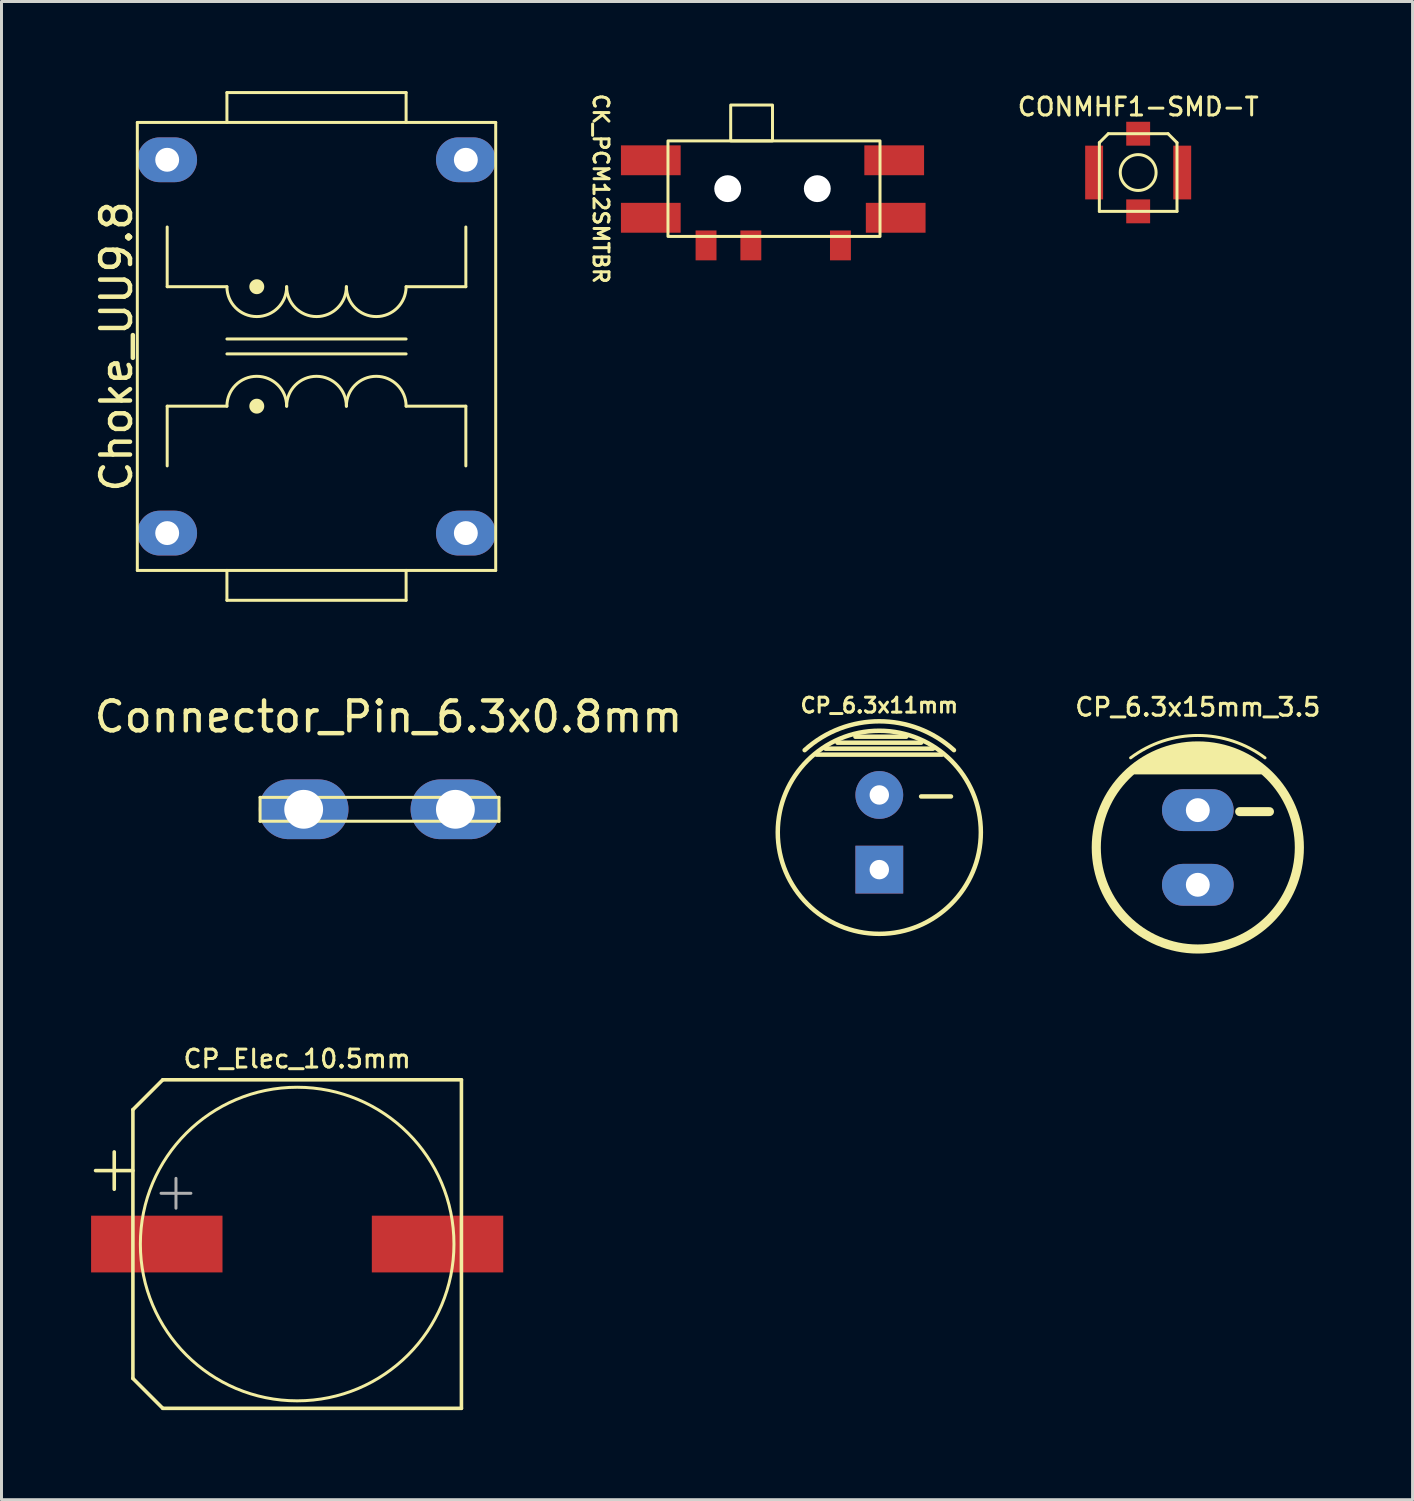
<source format=kicad_pcb>
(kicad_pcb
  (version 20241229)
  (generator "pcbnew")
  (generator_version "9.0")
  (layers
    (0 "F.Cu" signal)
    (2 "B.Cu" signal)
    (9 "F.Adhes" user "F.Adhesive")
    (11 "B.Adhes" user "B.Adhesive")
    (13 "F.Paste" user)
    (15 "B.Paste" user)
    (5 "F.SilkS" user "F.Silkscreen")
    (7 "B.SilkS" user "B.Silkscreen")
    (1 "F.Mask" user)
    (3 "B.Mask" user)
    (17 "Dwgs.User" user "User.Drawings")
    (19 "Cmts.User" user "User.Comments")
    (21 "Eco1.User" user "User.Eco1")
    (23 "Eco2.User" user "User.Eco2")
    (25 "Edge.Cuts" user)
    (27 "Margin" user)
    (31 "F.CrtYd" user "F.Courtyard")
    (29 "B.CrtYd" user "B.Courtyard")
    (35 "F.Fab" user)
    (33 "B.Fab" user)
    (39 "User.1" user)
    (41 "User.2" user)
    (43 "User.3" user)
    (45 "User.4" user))
  (footprint "Connector_Pin_6.3x0.8mm"
    (layer "F.Cu")
    (at 9.658 24.048)
    (property "Reference" "Connector_Pin_6.3x0.8mm" (at 0.3 -3.1 0) (unlocked yes) (layer "F.SilkS") (effects (font (size 1 1) (thickness 0.15))))
    (attr through_hole)
    (fp_line (start -4 -0.4) (end -4 0.4) (stroke (width 0.1) (type solid)) (layer "F.SilkS"))
    (fp_line (start 4 -0.4) (end -4 -0.4) (stroke (width 0.1) (type solid)) (layer "F.SilkS"))
    (fp_line (start 4 -0.4) (end 4 0.4) (stroke (width 0.1) (type solid)) (layer "F.SilkS"))
    (fp_line (start 4 0.4) (end -4 0.4) (stroke (width 0.1) (type solid)) (layer "F.SilkS"))
    (pad "1" thru_hole oval (at -2.54 0) (size 3 2) (drill 1.3) (layers "*.Cu" "*.Mask"))
    (pad "1" thru_hole oval (at 2.54 0) (size 3 2) (drill 1.3) (layers "*.Cu" "*.Mask")))
  (footprint "Choke_UU9.8"
    (layer "F.Cu")
    (at 7.548 8.55)
    (property "Reference" "Choke_UU9.8" (at -6.7 0 90) (layer "F.SilkS") (effects (font (size 1 1) (thickness 0.15))))
    (attr through_hole)
    (fp_line (start -6 -7.5) (end -6 7.5) (stroke (width 0.1) (type solid)) (layer "F.SilkS"))
    (fp_line (start -6 -7.5) (end 6 -7.5) (stroke (width 0.1) (type solid)) (layer "F.SilkS"))
    (fp_line (start -6 7.5) (end 6 7.5) (stroke (width 0.1) (type solid)) (layer "F.SilkS"))
    (fp_line (start -5 -2) (end -5 -4) (stroke (width 0.1) (type solid)) (layer "F.SilkS"))
    (fp_line (start -5 2) (end -5 4) (stroke (width 0.1) (type solid)) (layer "F.SilkS"))
    (fp_line (start -3 -8.5) (end 3 -8.5) (stroke (width 0.1) (type solid)) (layer "F.SilkS"))
    (fp_line (start -3 -7.5) (end -3 -8.5) (stroke (width 0.1) (type solid)) (layer "F.SilkS"))
    (fp_line (start -3 -2) (end -5 -2) (stroke (width 0.1) (type solid)) (layer "F.SilkS"))
    (fp_line (start -3 -0.25) (end 3 -0.25) (stroke (width 0.1) (type solid)) (layer "F.SilkS"))
    (fp_line (start -3 0.25) (end 3 0.25) (stroke (width 0.1) (type solid)) (layer "F.SilkS"))
    (fp_line (start -3 2) (end -5 2) (stroke (width 0.1) (type solid)) (layer "F.SilkS"))
    (fp_line (start -3 7.5) (end -3 8.5) (stroke (width 0.1) (type solid)) (layer "F.SilkS"))
    (fp_line (start -3 8.5) (end 3 8.5) (stroke (width 0.1) (type solid)) (layer "F.SilkS"))
    (fp_line (start 3 -8.5) (end 3 -7.5) (stroke (width 0.1) (type solid)) (layer "F.SilkS"))
    (fp_line (start 3 -2) (end 5 -2) (stroke (width 0.1) (type solid)) (layer "F.SilkS"))
    (fp_line (start 3 2) (end 5 2) (stroke (width 0.1) (type solid)) (layer "F.SilkS"))
    (fp_line (start 3 8.5) (end 3 7.5) (stroke (width 0.1) (type solid)) (layer "F.SilkS"))
    (fp_line (start 5 -2) (end 5 -4) (stroke (width 0.1) (type solid)) (layer "F.SilkS"))
    (fp_line (start 5 2) (end 5 4) (stroke (width 0.1) (type solid)) (layer "F.SilkS"))
    (fp_line (start 6 7.5) (end 6 -7.5) (stroke (width 0.1) (type solid)) (layer "F.SilkS"))
    (fp_arc (start -3 2) (mid -2 1) (end -1 2) (stroke (width 0.1) (type solid)) (layer "F.SilkS"))
    (fp_arc (start -1 -2) (mid -2 -1) (end -3 -2) (stroke (width 0.1) (type solid)) (layer "F.SilkS"))
    (fp_arc (start -1 2) (mid 0 1) (end 1 2) (stroke (width 0.1) (type solid)) (layer "F.SilkS"))
    (fp_arc (start 1 -2) (mid 0 -1) (end -1 -2) (stroke (width 0.1) (type solid)) (layer "F.SilkS"))
    (fp_arc (start 1 2) (mid 2 1) (end 3 2) (stroke (width 0.1) (type solid)) (layer "F.SilkS"))
    (fp_arc (start 3 -2) (mid 2 -1) (end 1 -2) (stroke (width 0.1) (type solid)) (layer "F.SilkS"))
    (fp_circle (center -2 -2) (end -1.8 -2) (stroke (width 0.1) (type solid)) (fill yes) (layer "F.SilkS"))
    (fp_circle (center -2 2) (end -1.8 2) (stroke (width 0.1) (type solid)) (fill yes) (layer "F.SilkS"))
    (pad "1" thru_hole oval (at -5 6.25) (size 2 1.5) (drill 0.8) (layers "*.Cu" "*.Mask"))
    (pad "2" thru_hole oval (at 5 6.25) (size 2 1.5) (drill 0.8) (layers "*.Cu" "*.Mask"))
    (pad "3" thru_hole oval (at 5 -6.25) (size 2 1.5) (drill 0.8) (layers "*.Cu" "*.Mask"))
    (pad "4" thru_hole oval (at -5 -6.25) (size 2 1.5) (drill 0.8) (layers "*.Cu" "*.Mask")))
  (footprint "CP_6.3x15mm_3.5"
    (layer "F.Cu")
    (at 37.057 25.326)
    (property "Reference" "CP_6.3x15mm_3.5" (at 0 -4.7 180) (layer "F.SilkS") (effects (font (size 0.6 0.6) (thickness 0.1))))
    (attr through_hole)
    (fp_line (start -2.1 -2.6) (end 2.1 -2.6) (stroke (width 0.305) (type solid)) (layer "F.SilkS"))
    (fp_line (start -1.8 -2.8) (end 1.8 -2.8) (stroke (width 0.305) (type solid)) (layer "F.SilkS"))
    (fp_line (start -1.4 -3) (end 1.4 -3) (stroke (width 0.305) (type solid)) (layer "F.SilkS"))
    (fp_line (start -0.8 -3.2) (end 0.9 -3.2) (stroke (width 0.305) (type solid)) (layer "F.SilkS"))
    (fp_line (start 1.4 -1.2) (end 2.4 -1.2) (stroke (width 0.3) (type solid)) (layer "F.SilkS"))
    (fp_arc (start -2.25 -3) (mid 0 -3.75) (end 2.25 -3) (stroke (width 0.1) (type solid)) (layer "F.SilkS"))
    (fp_circle (center 0 0) (end -3.4 0) (stroke (width 0.305) (type solid)) (fill no) (layer "F.SilkS"))
    (pad "1" thru_hole oval (at 0 1.25) (size 2.4 1.4) (drill 0.8) (layers "*.Cu" "*.Mask"))
    (pad "2" thru_hole oval (at 0 -1.25) (size 2.4 1.4) (drill 0.8) (layers "*.Cu" "*.Mask")))
  (footprint "CONMHF1-SMD-T"
    (layer "F.Cu")
    (at 35.06 2.727)
    (property "Reference" "CONMHF1-SMD-T" (at 0 -2.2 0) (layer "F.SilkS") (effects (font (size 0.6 0.6) (thickness 0.1))))
    (attr smd)
    (fp_line (start -1.3 1.3) (end -1.3 -1) (stroke (width 0.1) (type solid)) (layer "F.SilkS"))
    (fp_line (start -1 -1.3) (end -1.3 -1) (stroke (width 0.1) (type solid)) (layer "F.SilkS"))
    (fp_line (start -1 -1.3) (end 1 -1.3) (stroke (width 0.1) (type solid)) (layer "F.SilkS"))
    (fp_line (start 1.3 -1) (end 1 -1.3) (stroke (width 0.1) (type solid)) (layer "F.SilkS"))
    (fp_line (start 1.3 -1) (end 1.3 1.3) (stroke (width 0.1) (type solid)) (layer "F.SilkS"))
    (fp_line (start 1.3 1.3) (end -1.3 1.3) (stroke (width 0.1) (type solid)) (layer "F.SilkS"))
    (fp_circle (center 0 0) (end 0.6 0) (stroke (width 0.1) (type solid)) (fill no) (layer "F.SilkS"))
    (pad "1" smd rect (at 0 -1.3 270) (size 0.8 0.8) (layers "F.Cu" "F.Mask" "F.Paste"))
    (pad "2" smd rect (at -1.475 0) (size 0.6 1.8) (layers "F.Cu" "F.Mask" "F.Paste"))
    (pad "2" smd rect (at 0 1.3 270) (size 0.8 0.8) (layers "F.Cu" "F.Mask" "F.Paste"))
    (pad "2" smd rect (at 1.475 0) (size 0.6 1.8) (layers "F.Cu" "F.Mask" "F.Paste")))
  (footprint "CK_PCM12SMTBR"
    (layer "F.Cu")
    (at 22.816 3.267)
    (property "Reference" "CK_PCM12SMTBR" (at -5.75 0 270) (unlocked yes) (layer "F.SilkS") (effects (font (size 0.5 0.5) (thickness 0.1))))
    (attr smd)
    (fp_rect (start -3.5 -1.6) (end 3.6 1.6) (stroke (width 0.1) (type solid)) (fill no) (layer "F.SilkS"))
    (fp_rect (start -1.4 -1.6) (end 0 -2.8) (stroke (width 0.1) (type solid)) (fill no) (layer "F.SilkS"))
    (pad "" np_thru_hole circle (at -1.5 0) (size 0.9 0.9) (drill 0.9) (layers "*.Cu" "*.Mask"))
    (pad "" np_thru_hole circle (at 1.5 0) (size 0.9 0.9) (drill 0.9) (layers "*.Cu" "*.Mask"))
    (pad "1" smd rect (at 2.275 1.9 180) (size 0.7 1) (layers "F.Cu" "F.Mask" "F.Paste"))
    (pad "2" smd rect (at -0.725 1.9 180) (size 0.7 1) (layers "F.Cu" "F.Mask" "F.Paste"))
    (pad "3" smd rect (at -2.225 1.9 180) (size 0.7 1) (layers "F.Cu" "F.Mask" "F.Paste"))
    (pad "SH" smd rect (at -4.075 -0.95 270) (size 1 2) (layers "F.Cu" "F.Mask" "F.Paste"))
    (pad "SH" smd rect (at -4.075 0.975 270) (size 1 2) (layers "F.Cu" "F.Mask" "F.Paste"))
    (pad "SH" smd rect (at 4.075 -0.95 270) (size 1 2) (layers "F.Cu" "F.Mask" "F.Paste"))
    (pad "SH" smd rect (at 4.125 0.975 270) (size 1 2) (layers "F.Cu" "F.Mask" "F.Paste")))
  (footprint "CP_6.3x11mm"
    (layer "F.Cu")
    (at 26.392 24.818)
    (property "Reference" "CP_6.3x11mm" (at 0 -4.25 180) (layer "F.SilkS") (effects (font (size 0.5 0.5) (thickness 0.1))))
    (attr through_hole)
    (fp_line (start -2.1 -2.6) (end 2.1 -2.6) (stroke (width 0.15) (type solid)) (layer "F.SilkS"))
    (fp_line (start -1.8 -2.8) (end 1.8 -2.8) (stroke (width 0.15) (type solid)) (layer "F.SilkS"))
    (fp_line (start -1.4 -3) (end 1.4 -3) (stroke (width 0.15) (type solid)) (layer "F.SilkS"))
    (fp_line (start -0.8 -3.2) (end 0.9 -3.2) (stroke (width 0.15) (type solid)) (layer "F.SilkS"))
    (fp_line (start 1.4 -1.2) (end 2.4 -1.2) (stroke (width 0.15) (type solid)) (layer "F.SilkS"))
    (fp_arc (start -2.5 -2.75) (mid 0 -3.716517) (end 2.5 -2.75) (stroke (width 0.15) (type solid)) (layer "F.SilkS"))
    (fp_circle (center 0 0) (end -3.4 0) (stroke (width 0.15) (type solid)) (fill no) (layer "F.SilkS"))
    (pad "1" thru_hole rect (at 0 1.25) (size 1.6 1.6) (drill 0.65) (layers "*.Cu" "*.Mask"))
    (pad "2" thru_hole circle (at 0 -1.25) (size 1.6 1.6) (drill 0.65) (layers "*.Cu" "*.Mask")))
  (footprint "CP_Elec_10.5mm"
    (layer "F.Cu")
    (at 6.9 38.605)
    (property "Reference" "CP_Elec_10.5mm" (at 0 -6.2 0) (layer "F.SilkS") (effects (font (size 0.6 0.6) (thickness 0.1) (bold yes))))
    (attr smd)
    (fp_line (start -6.75 -2.46) (end -5.5 -2.46) (stroke (width 0.12) (type solid)) (layer "F.SilkS"))
    (fp_line (start -6.125 -3.085) (end -6.125 -1.835) (stroke (width 0.12) (type solid)) (layer "F.SilkS"))
    (fp_line (start -5.5 -4.5) (end -5.5 4.5) (stroke (width 0.12) (type solid)) (layer "F.SilkS"))
    (fp_line (start -5.5 -4.5) (end -4.5 -5.5) (stroke (width 0.12) (type solid)) (layer "F.SilkS"))
    (fp_line (start -4.5 -5.5) (end 5.5 -5.5) (stroke (width 0.12) (type solid)) (layer "F.SilkS"))
    (fp_line (start -4.5 5.5) (end -5.5 4.5) (stroke (width 0.12) (type solid)) (layer "F.SilkS"))
    (fp_line (start -4.5 5.5) (end 5.5 5.5) (stroke (width 0.12) (type solid)) (layer "F.SilkS"))
    (fp_line (start 5.5 -5.5) (end 5.5 5.5) (stroke (width 0.12) (type solid)) (layer "F.SilkS"))
    (fp_circle (center 0 0) (end 5.25 0) (stroke (width 0.1) (type solid)) (fill no) (layer "F.SilkS"))
    (fp_line (start -4.558 -1.7) (end -3.558 -1.7) (stroke (width 0.1) (type solid)) (layer "F.Fab"))
    (fp_line (start -4.058 -2.2) (end -4.058 -1.2) (stroke (width 0.1) (type solid)) (layer "F.Fab"))
    (pad "1" smd rect (at -4.7 0) (size 4.4 1.9) (layers "F.Cu" "F.Mask" "F.Paste"))
    (pad "2" smd rect (at 4.7 0) (size 4.4 1.9) (layers "F.Cu" "F.Mask" "F.Paste")))
  (gr_rect
    (start -3 -3)
    (end 44.247 47.165)
    (stroke (width 0.1) (type default))
    (fill no)
    (layer "Edge.Cuts")))
</source>
